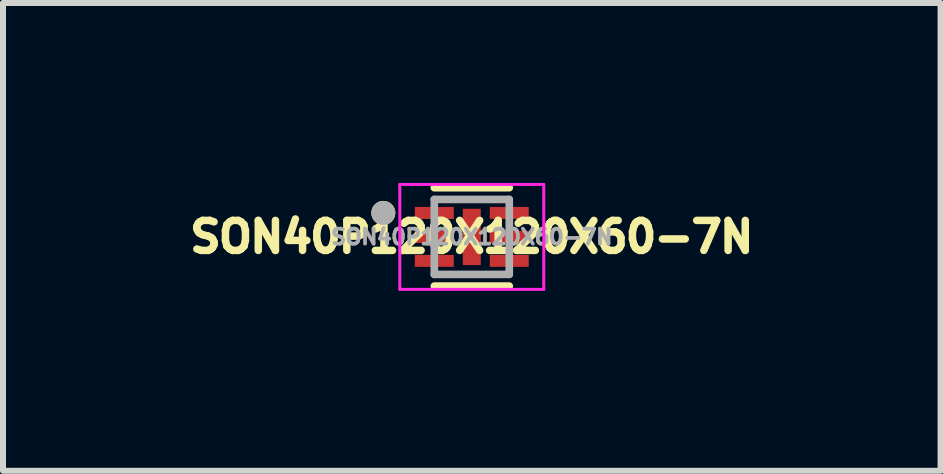
<source format=kicad_pcb>
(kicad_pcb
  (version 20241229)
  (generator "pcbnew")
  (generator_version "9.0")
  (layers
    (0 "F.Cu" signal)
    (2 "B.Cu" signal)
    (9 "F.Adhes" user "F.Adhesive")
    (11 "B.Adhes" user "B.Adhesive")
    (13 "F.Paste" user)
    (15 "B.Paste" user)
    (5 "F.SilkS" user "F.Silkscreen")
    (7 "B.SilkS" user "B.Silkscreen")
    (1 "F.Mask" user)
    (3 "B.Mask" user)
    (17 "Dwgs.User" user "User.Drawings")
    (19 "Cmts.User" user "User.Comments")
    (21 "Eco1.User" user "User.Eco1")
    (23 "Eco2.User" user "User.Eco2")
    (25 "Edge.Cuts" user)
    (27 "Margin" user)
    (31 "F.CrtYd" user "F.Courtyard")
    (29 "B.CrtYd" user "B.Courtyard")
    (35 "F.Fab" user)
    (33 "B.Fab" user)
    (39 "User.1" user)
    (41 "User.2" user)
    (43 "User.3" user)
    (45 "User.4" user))
  (footprint "SON40P120X120X60-7N"
    (layer "F.Cu")
    (at 4.816 0.9)
    (property "Reference" "SON40P120X120X60-7N" (at 0 0 0) (layer "F.SilkS") (effects (font (size 0.5 0.5) (thickness 0.125))))
    (attr through_hole)
    (fp_line (start -0.625 -0.82) (end 0.625 -0.82) (stroke (width 0.127) (type solid)) (layer "F.SilkS"))
    (fp_line (start -0.625 0.82) (end 0.625 0.82) (stroke (width 0.127) (type solid)) (layer "F.SilkS"))
    (fp_circle (center -1.475 -0.4) (end -1.375 -0.4) (stroke (width 0.2) (type solid)) (fill no) (layer "F.SilkS"))
    (fp_poly (pts (xy -0.072 -0.392) (xy 0.072 -0.392) (xy 0.072 0.392) (xy -0.072 0.392)) (stroke (width 0.01) (type solid)) (fill yes) (layer "F.Paste"))
    (fp_line (start -1.2 -0.875) (end -1.2 0.875) (stroke (width 0.05) (type solid)) (layer "F.CrtYd"))
    (fp_line (start -1.2 -0.875) (end 1.2 -0.875) (stroke (width 0.05) (type solid)) (layer "F.CrtYd"))
    (fp_line (start -1.2 0.875) (end 1.2 0.875) (stroke (width 0.05) (type solid)) (layer "F.CrtYd"))
    (fp_line (start 1.2 -0.875) (end 1.2 0.875) (stroke (width 0.05) (type solid)) (layer "F.CrtYd"))
    (fp_line (start -0.625 -0.625) (end -0.625 0.625) (stroke (width 0.127) (type solid)) (layer "F.Fab"))
    (fp_line (start -0.625 -0.625) (end 0.625 -0.625) (stroke (width 0.127) (type solid)) (layer "F.Fab"))
    (fp_line (start -0.625 0.625) (end 0.625 0.625) (stroke (width 0.127) (type solid)) (layer "F.Fab"))
    (fp_line (start 0.625 -0.625) (end 0.625 0.625) (stroke (width 0.127) (type solid)) (layer "F.Fab"))
    (fp_circle (center -1.475 -0.4) (end -1.375 -0.4) (stroke (width 0.2) (type solid)) (fill no) (layer "F.Fab"))
    (fp_text user "${REFERENCE}" (at 0 0 0) (layer "F.Fab") (effects (font (size 0.25 0.25) (thickness 0.062))))
    (pad "1" smd roundrect (at -0.625 -0.4) (size 0.65 0.2) (layers "F.Cu" "F.Mask" "F.Paste") (roundrect_rratio 0.03))
    (pad "2" smd roundrect (at -0.625 0) (size 0.65 0.2) (layers "F.Cu" "F.Mask" "F.Paste") (roundrect_rratio 0.03))
    (pad "3" smd roundrect (at -0.625 0.4) (size 0.65 0.2) (layers "F.Cu" "F.Mask" "F.Paste") (roundrect_rratio 0.03))
    (pad "4" smd roundrect (at 0.625 0.4) (size 0.65 0.2) (layers "F.Cu" "F.Mask" "F.Paste") (roundrect_rratio 0.03))
    (pad "5" smd roundrect (at 0.625 0) (size 0.65 0.2) (layers "F.Cu" "F.Mask" "F.Paste") (roundrect_rratio 0.03))
    (pad "6" smd roundrect (at 0.625 -0.4) (size 0.65 0.2) (layers "F.Cu" "F.Mask" "F.Paste") (roundrect_rratio 0.03))
    (pad "7" smd rect (at 0 0) (size 0.3 0.94) (layers "F.Cu" "F.Mask")))
  (gr_rect
    (start -3 -3)
    (end 12.632 4.8)
    (stroke (width 0.1) (type default))
    (fill no)
    (layer "Edge.Cuts")))
</source>
